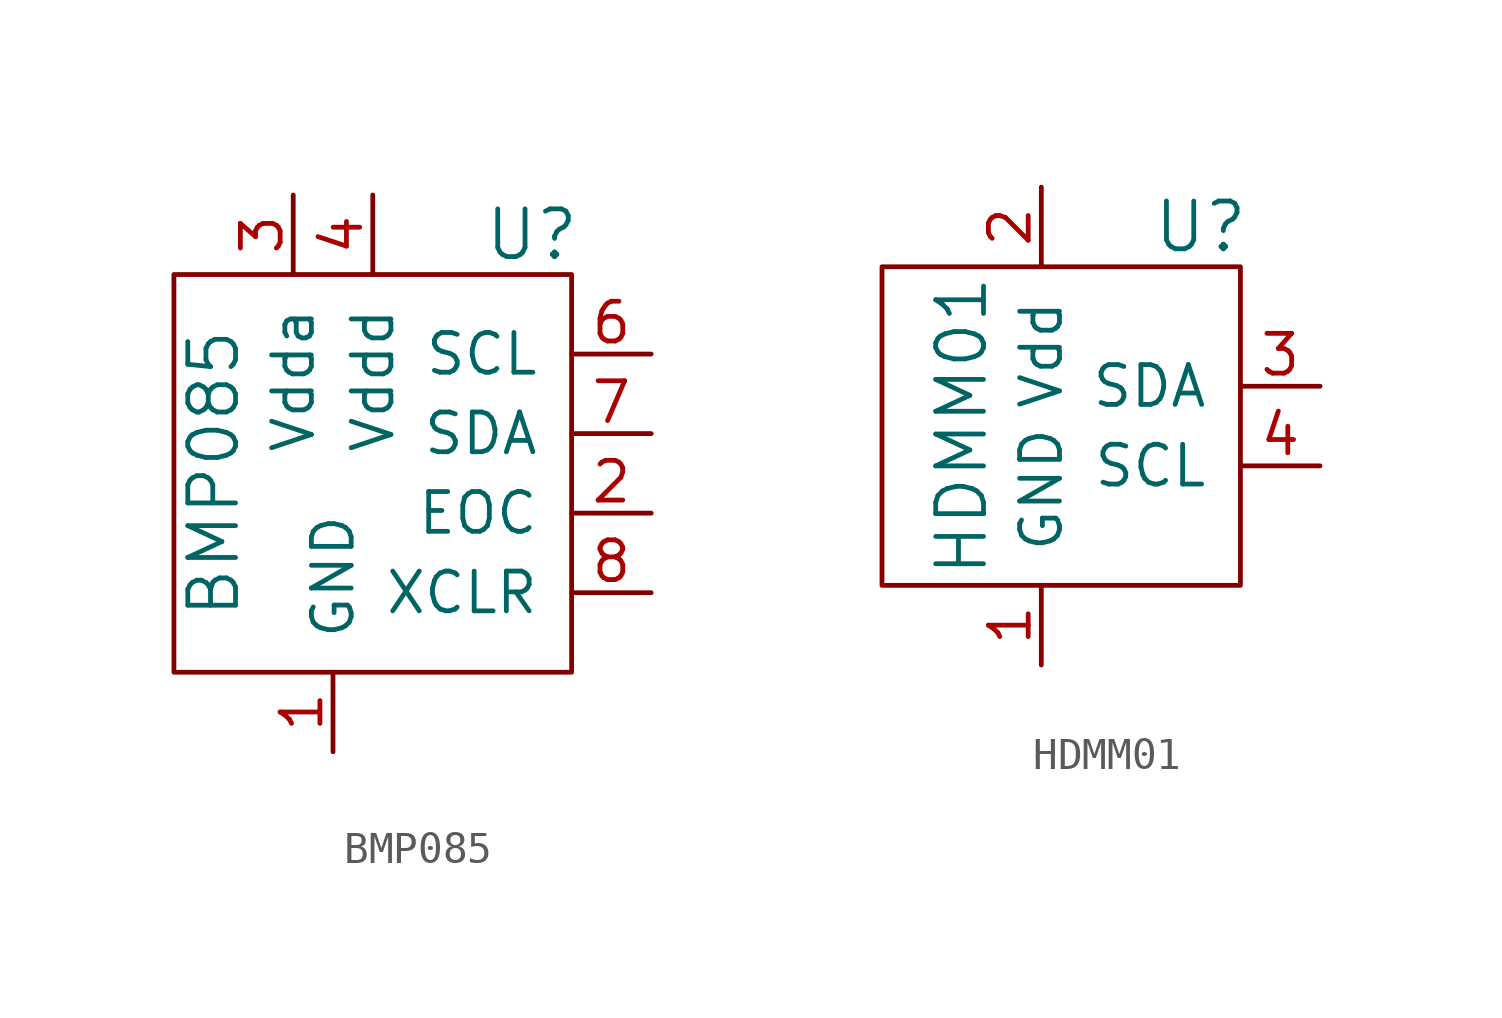
<source format=kicad_sym>
(kicad_symbol_lib
  (version 20220914)
  (generator kicad_symbol_editor)
  (symbol "BMP085"
    (pin_names
      (offset 1.016))
    (property "Reference" "U"
      (at 6.35 7.62 0)
      (effects (font (size 1.524 1.524))))
    (property "Value" "BMP085"
      (at -3.81 0 90)
      (effects (font (size 1.524 1.524))))
    (symbol "BMP085_0_1"
      (rectangle (start 7.62 6.35) (end -5.08 -6.35) (stroke (width 0) (type solid)) (fill (type none))))
    (symbol "BMP085_1_1"
      (pin input line (at 0 -8.89 90) (length 2.54) (name "GND" (effects (font (size 1.27 1.27)))) (number "1" (effects (font (size 1.27 1.27)))))
      (pin output line (at 10.16 -1.27 180) (length 2.54) (name "EOC" (effects (font (size 1.27 1.27)))) (number "2" (effects (font (size 1.27 1.27)))))
      (pin power_in line (at -1.27 8.89 270) (length 2.54) (name "Vdda" (effects (font (size 1.27 1.27)))) (number "3" (effects (font (size 1.27 1.27)))))
      (pin power_in line (at 1.27 8.89 270) (length 2.54) (name "Vddd" (effects (font (size 1.27 1.27)))) (number "4" (effects (font (size 1.27 1.27)))))
      (pin bidirectional line (at 10.16 3.81 180) (length 2.54) (name "SCL" (effects (font (size 1.27 1.27)))) (number "6" (effects (font (size 1.27 1.27)))))
      (pin bidirectional line (at 10.16 1.27 180) (length 2.54) (name "SDA" (effects (font (size 1.27 1.27)))) (number "7" (effects (font (size 1.27 1.27)))))
      (pin bidirectional line (at 10.16 -3.81 180) (length 2.54) (name "XCLR" (effects (font (size 1.27 1.27)))) (number "8" (effects (font (size 1.27 1.27)))))))
  (symbol "HDMM01"
    (pin_names
      (offset 1.016))
    (property "Reference" "U"
      (at 5.08 6.35 0)
      (effects (font (size 1.524 1.524))))
    (property "Value" "HDMM01"
      (at -2.54 0 90)
      (effects (font (size 1.524 1.524))))
    (symbol "HDMM01_0_1"
      (rectangle (start 6.35 5.08) (end -5.08 -5.08) (stroke (width 0) (type solid)) (fill (type none))))
    (symbol "HDMM01_1_1"
      (pin power_in line (at 0 -7.62 90) (length 2.54) (name "GND" (effects (font (size 1.27 1.27)))) (number "1" (effects (font (size 1.27 1.27)))))
      (pin power_in line (at 0 7.62 270) (length 2.54) (name "Vdd" (effects (font (size 1.27 1.27)))) (number "2" (effects (font (size 1.27 1.27)))))
      (pin bidirectional line (at 8.89 1.27 180) (length 2.54) (name "SDA" (effects (font (size 1.27 1.27)))) (number "3" (effects (font (size 1.27 1.27)))))
      (pin bidirectional line (at 8.89 -1.27 180) (length 2.54) (name "SCL" (effects (font (size 1.27 1.27)))) (number "4" (effects (font (size 1.27 1.27))))))))
</source>
